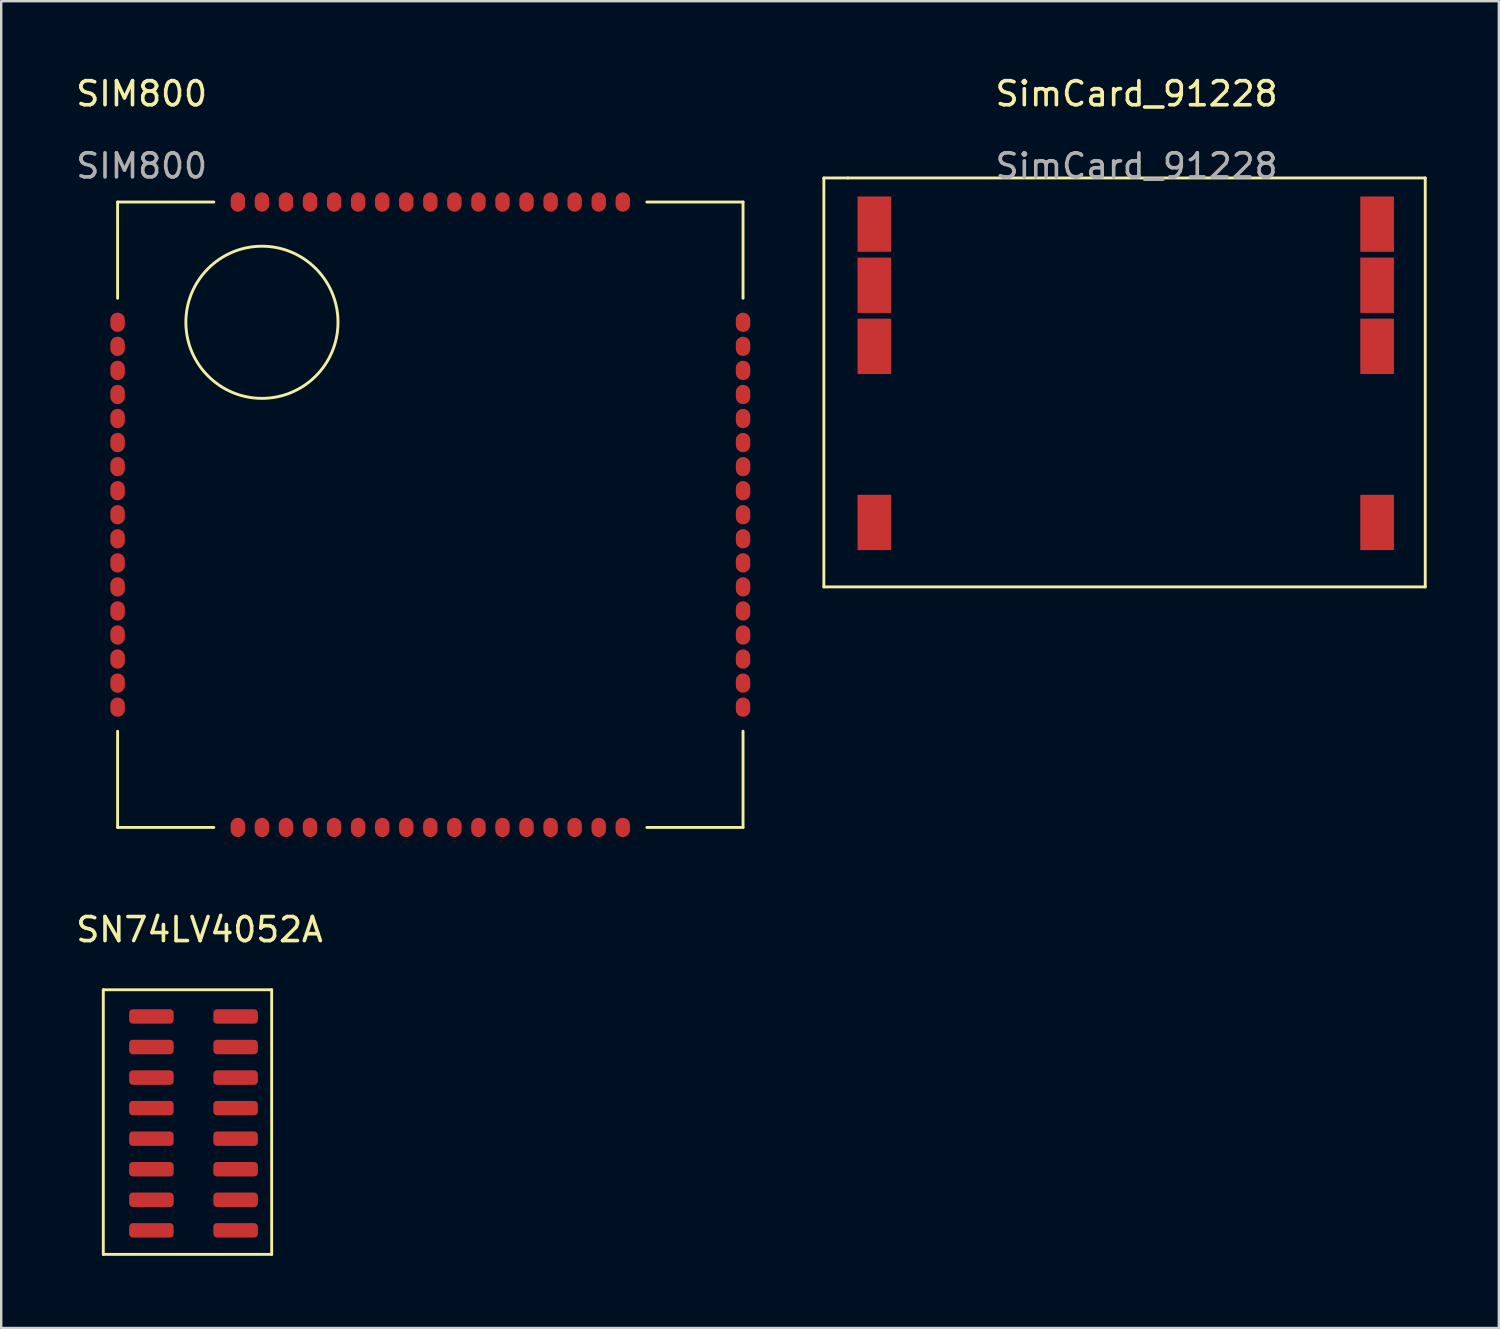
<source format=kicad_pcb>
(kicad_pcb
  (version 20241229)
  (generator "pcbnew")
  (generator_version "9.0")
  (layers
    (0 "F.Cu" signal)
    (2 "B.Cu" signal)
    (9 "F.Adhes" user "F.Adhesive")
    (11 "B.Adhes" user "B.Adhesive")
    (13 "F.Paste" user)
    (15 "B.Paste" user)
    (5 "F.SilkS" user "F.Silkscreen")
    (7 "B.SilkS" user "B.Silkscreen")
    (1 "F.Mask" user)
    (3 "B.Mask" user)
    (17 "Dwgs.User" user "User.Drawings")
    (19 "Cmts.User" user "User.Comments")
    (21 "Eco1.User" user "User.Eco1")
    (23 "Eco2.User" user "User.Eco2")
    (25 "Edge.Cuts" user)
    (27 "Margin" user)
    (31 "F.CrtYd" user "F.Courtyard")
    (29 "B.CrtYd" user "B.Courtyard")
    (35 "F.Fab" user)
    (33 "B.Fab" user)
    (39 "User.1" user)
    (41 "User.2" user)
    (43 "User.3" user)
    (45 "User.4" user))
  (footprint "SIM800"
    (layer "F.Cu")
    (at 22.759 5.348)
    (property "Reference" "SIM800" (at -19.92 -4.5 0) (unlocked yes) (layer "F.SilkS") (effects (font (size 1 1) (thickness 0.15))))
    (attr smd)
    (fp_line (start -20.92 0) (end -20.92 4) (stroke (width 0.12) (type solid)) (layer "F.SilkS"))
    (fp_line (start -20.92 22) (end -20.92 26) (stroke (width 0.12) (type solid)) (layer "F.SilkS"))
    (fp_line (start -20.92 26) (end -16.92 26) (stroke (width 0.12) (type solid)) (layer "F.SilkS"))
    (fp_line (start -16.92 0) (end -20.92 0) (stroke (width 0.12) (type solid)) (layer "F.SilkS"))
    (fp_line (start 1.08 0) (end 5.08 0) (stroke (width 0.12) (type solid)) (layer "F.SilkS"))
    (fp_line (start 5.08 0) (end 5.08 4) (stroke (width 0.12) (type solid)) (layer "F.SilkS"))
    (fp_line (start 5.08 22) (end 5.08 26) (stroke (width 0.12) (type solid)) (layer "F.SilkS"))
    (fp_line (start 5.08 26) (end 1.08 26) (stroke (width 0.12) (type solid)) (layer "F.SilkS"))
    (fp_circle (center -14.92 5) (end -11.92 6) (stroke (width 0.12) (type solid)) (fill no) (layer "F.SilkS"))
    (fp_text user "${REFERENCE}" (at -19.92 -1.5 0) (unlocked yes) (layer "F.Fab") (effects (font (size 1 1) (thickness 0.15))))
    (pad "1" smd oval (at -20.92 5) (size 0.6 0.8) (layers "F.Cu" "F.Mask" "F.Paste"))
    (pad "2" smd oval (at -20.92 6) (size 0.6 0.8) (layers "F.Cu" "F.Mask" "F.Paste"))
    (pad "3" smd oval (at -20.92 7) (size 0.6 0.8) (layers "F.Cu" "F.Mask" "F.Paste"))
    (pad "4" smd oval (at -20.92 8) (size 0.6 0.8) (layers "F.Cu" "F.Mask" "F.Paste"))
    (pad "5" smd oval (at -20.92 9) (size 0.6 0.8) (layers "F.Cu" "F.Mask" "F.Paste"))
    (pad "6" smd oval (at -20.92 10) (size 0.6 0.8) (layers "F.Cu" "F.Mask" "F.Paste"))
    (pad "7" smd oval (at -20.92 11) (size 0.6 0.8) (layers "F.Cu" "F.Mask" "F.Paste"))
    (pad "8" smd oval (at -20.92 12) (size 0.6 0.8) (layers "F.Cu" "F.Mask" "F.Paste"))
    (pad "9" smd oval (at -20.92 13) (size 0.6 0.8) (layers "F.Cu" "F.Mask" "F.Paste"))
    (pad "10" smd oval (at -20.92 14) (size 0.6 0.8) (layers "F.Cu" "F.Mask" "F.Paste"))
    (pad "11" smd oval (at -20.92 15) (size 0.6 0.8) (layers "F.Cu" "F.Mask" "F.Paste"))
    (pad "12" smd oval (at -20.92 16) (size 0.6 0.8) (layers "F.Cu" "F.Mask" "F.Paste"))
    (pad "13" smd oval (at -20.92 17) (size 0.6 0.8) (layers "F.Cu" "F.Mask" "F.Paste"))
    (pad "14" smd oval (at -20.92 18) (size 0.6 0.8) (layers "F.Cu" "F.Mask" "F.Paste"))
    (pad "15" smd oval (at -20.92 19) (size 0.6 0.8) (layers "F.Cu" "F.Mask" "F.Paste"))
    (pad "16" smd oval (at -20.92 20) (size 0.6 0.8) (layers "F.Cu" "F.Mask" "F.Paste"))
    (pad "17" smd oval (at -20.92 21) (size 0.6 0.8) (layers "F.Cu" "F.Mask" "F.Paste"))
    (pad "18" smd oval (at -15.92 26) (size 0.6 0.8) (layers "F.Cu" "F.Mask" "F.Paste"))
    (pad "19" smd oval (at -14.92 26) (size 0.6 0.8) (layers "F.Cu" "F.Mask" "F.Paste"))
    (pad "20" smd oval (at -13.92 26) (size 0.6 0.8) (layers "F.Cu" "F.Mask" "F.Paste"))
    (pad "21" smd oval (at -12.92 26) (size 0.6 0.8) (layers "F.Cu" "F.Mask" "F.Paste"))
    (pad "22" smd oval (at -11.92 26) (size 0.6 0.8) (layers "F.Cu" "F.Mask" "F.Paste"))
    (pad "23" smd oval (at -10.92 26) (size 0.6 0.8) (layers "F.Cu" "F.Mask" "F.Paste"))
    (pad "24" smd oval (at -9.92 26) (size 0.6 0.8) (layers "F.Cu" "F.Mask" "F.Paste"))
    (pad "25" smd oval (at -8.92 26) (size 0.6 0.8) (layers "F.Cu" "F.Mask" "F.Paste"))
    (pad "26" smd oval (at -7.92 26) (size 0.6 0.8) (layers "F.Cu" "F.Mask" "F.Paste"))
    (pad "27" smd oval (at -6.92 26) (size 0.6 0.8) (layers "F.Cu" "F.Mask" "F.Paste"))
    (pad "28" smd oval (at -5.92 26) (size 0.6 0.8) (layers "F.Cu" "F.Mask" "F.Paste"))
    (pad "29" smd oval (at -4.92 26) (size 0.6 0.8) (layers "F.Cu" "F.Mask" "F.Paste"))
    (pad "30" smd oval (at -3.92 26) (size 0.6 0.8) (layers "F.Cu" "F.Mask" "F.Paste"))
    (pad "31" smd oval (at -2.92 26) (size 0.6 0.8) (layers "F.Cu" "F.Mask" "F.Paste"))
    (pad "32" smd oval (at -1.92 26) (size 0.6 0.8) (layers "F.Cu" "F.Mask" "F.Paste"))
    (pad "33" smd oval (at -0.92 26) (size 0.6 0.8) (layers "F.Cu" "F.Mask" "F.Paste"))
    (pad "34" smd oval (at 0.08 26) (size 0.6 0.8) (layers "F.Cu" "F.Mask" "F.Paste"))
    (pad "35" smd oval (at 5.08 21) (size 0.6 0.8) (layers "F.Cu" "F.Mask" "F.Paste"))
    (pad "36" smd oval (at 5.08 20) (size 0.6 0.8) (layers "F.Cu" "F.Mask" "F.Paste"))
    (pad "37" smd oval (at 5.08 19) (size 0.6 0.8) (layers "F.Cu" "F.Mask" "F.Paste"))
    (pad "38" smd oval (at 5.08 18) (size 0.6 0.8) (layers "F.Cu" "F.Mask" "F.Paste"))
    (pad "39" smd oval (at 5.08 17) (size 0.6 0.8) (layers "F.Cu" "F.Mask" "F.Paste"))
    (pad "40" smd oval (at 5.08 16) (size 0.6 0.8) (layers "F.Cu" "F.Mask" "F.Paste"))
    (pad "41" smd oval (at 5.08 15) (size 0.6 0.8) (layers "F.Cu" "F.Mask" "F.Paste"))
    (pad "42" smd oval (at 5.08 14) (size 0.6 0.8) (layers "F.Cu" "F.Mask" "F.Paste"))
    (pad "43" smd oval (at 5.08 13) (size 0.6 0.8) (layers "F.Cu" "F.Mask" "F.Paste"))
    (pad "44" smd oval (at 5.08 12) (size 0.6 0.8) (layers "F.Cu" "F.Mask" "F.Paste"))
    (pad "45" smd oval (at 5.08 11) (size 0.6 0.8) (layers "F.Cu" "F.Mask" "F.Paste"))
    (pad "46" smd oval (at 5.08 10) (size 0.6 0.8) (layers "F.Cu" "F.Mask" "F.Paste" "Eco1.User"))
    (pad "47" smd oval (at 5.08 9) (size 0.6 0.8) (layers "F.Cu" "F.Mask" "F.Paste"))
    (pad "48" smd oval (at 5.08 8) (size 0.6 0.8) (layers "F.Cu" "F.Mask" "F.Paste"))
    (pad "49" smd oval (at 5.08 7) (size 0.6 0.8) (layers "F.Cu" "F.Mask" "F.Paste"))
    (pad "50" smd oval (at 5.08 6) (size 0.6 0.8) (layers "F.Cu" "F.Mask" "F.Paste"))
    (pad "51" smd oval (at 5.08 5) (size 0.6 0.8) (layers "F.Cu" "F.Mask" "F.Paste"))
    (pad "52" smd oval (at 0.08 0) (size 0.6 0.8) (layers "F.Cu" "F.Mask" "F.Paste"))
    (pad "53" smd oval (at -0.92 0) (size 0.6 0.8) (layers "F.Cu" "F.Mask" "F.Paste"))
    (pad "54" smd oval (at -1.92 0) (size 0.6 0.8) (layers "F.Cu" "F.Mask" "F.Paste"))
    (pad "55" smd oval (at -2.92 0) (size 0.6 0.8) (layers "F.Cu" "F.Mask" "F.Paste"))
    (pad "56" smd oval (at -3.92 0) (size 0.6 0.8) (layers "F.Cu" "F.Mask" "F.Paste"))
    (pad "57" smd oval (at -4.92 0) (size 0.6 0.8) (layers "F.Cu" "F.Mask" "F.Paste"))
    (pad "58" smd oval (at -5.92 0) (size 0.6 0.8) (layers "F.Cu" "F.Mask" "F.Paste"))
    (pad "59" smd oval (at -6.92 0) (size 0.6 0.8) (layers "F.Cu" "F.Mask" "F.Paste"))
    (pad "60" smd oval (at -7.92 0) (size 0.6 0.8) (layers "F.Cu" "F.Mask" "F.Paste"))
    (pad "61" smd oval (at -8.92 0) (size 0.6 0.8) (layers "F.Cu" "F.Mask" "F.Paste"))
    (pad "62" smd oval (at -9.92 0) (size 0.6 0.8) (layers "F.Cu" "F.Mask" "F.Paste"))
    (pad "63" smd oval (at -10.92 0) (size 0.6 0.8) (layers "F.Cu" "F.Mask" "F.Paste"))
    (pad "64" smd oval (at -11.92 0) (size 0.6 0.8) (layers "F.Cu" "F.Mask" "F.Paste"))
    (pad "65" smd oval (at -12.92 0) (size 0.6 0.8) (layers "F.Cu" "F.Mask" "F.Paste"))
    (pad "66" smd oval (at -13.92 0) (size 0.6 0.8) (layers "F.Cu" "F.Mask" "F.Paste"))
    (pad "67" smd oval (at -14.92 0) (size 0.6 0.8) (layers "F.Cu" "F.Mask" "F.Paste"))
    (pad "68" smd oval (at -15.92 0) (size 0.6 0.8) (layers "F.Cu" "F.Mask" "F.Paste")))
  (footprint "SN74LV4052A"
    (layer "F.Cu")
    (at 3.244 48.096)
    (property "Reference" "SN74LV4052A" (at 2 -12.5 0) (unlocked yes) (layer "F.SilkS") (effects (font (size 1 1) (thickness 0.15))))
    (attr smd)
    (fp_line (start -2 -10) (end 5 -10) (stroke (width 0.12) (type solid)) (layer "F.SilkS"))
    (fp_line (start -2 1) (end -2 -10) (stroke (width 0.12) (type solid)) (layer "F.SilkS"))
    (fp_line (start 5 -10) (end 5 1) (stroke (width 0.12) (type solid)) (layer "F.SilkS"))
    (fp_line (start 5 1) (end -2 1) (stroke (width 0.12) (type solid)) (layer "F.SilkS"))
    (pad "1" smd roundrect (at 0 0) (size 1.85 0.6) (layers "F.Cu" "F.Mask" "F.Paste") (roundrect_rratio 0.25))
    (pad "2" smd roundrect (at 0 -1.27) (size 1.85 0.6) (layers "F.Cu" "F.Mask" "F.Paste") (roundrect_rratio 0.25))
    (pad "3" smd roundrect (at 0 -2.54) (size 1.85 0.6) (layers "F.Cu" "F.Mask" "F.Paste") (roundrect_rratio 0.25))
    (pad "4" smd roundrect (at 0 -3.81) (size 1.85 0.6) (layers "F.Cu" "F.Mask" "F.Paste") (roundrect_rratio 0.25))
    (pad "5" smd roundrect (at 0 -5.08) (size 1.85 0.6) (layers "F.Cu" "F.Mask" "F.Paste") (roundrect_rratio 0.25))
    (pad "6" smd roundrect (at 0 -6.35) (size 1.85 0.6) (layers "F.Cu" "F.Mask" "F.Paste") (roundrect_rratio 0.25))
    (pad "7" smd roundrect (at 0 -7.62) (size 1.85 0.6) (layers "F.Cu" "F.Mask" "F.Paste") (roundrect_rratio 0.25))
    (pad "8" smd roundrect (at 0 -8.89) (size 1.85 0.6) (layers "F.Cu" "F.Mask" "F.Paste") (roundrect_rratio 0.25))
    (pad "9" smd roundrect (at 3.5 0) (size 1.85 0.6) (layers "F.Cu" "F.Mask" "F.Paste") (roundrect_rratio 0.25))
    (pad "10" smd roundrect (at 3.5 -1.27) (size 1.85 0.6) (layers "F.Cu" "F.Mask" "F.Paste") (roundrect_rratio 0.25))
    (pad "11" smd roundrect (at 3.5 -2.54) (size 1.85 0.6) (layers "F.Cu" "F.Mask" "F.Paste") (roundrect_rratio 0.25))
    (pad "12" smd roundrect (at 3.5 -3.81) (size 1.85 0.6) (layers "F.Cu" "F.Mask" "F.Paste") (roundrect_rratio 0.25))
    (pad "13" smd roundrect (at 3.5 -5.08) (size 1.85 0.6) (layers "F.Cu" "F.Mask" "F.Paste") (roundrect_rratio 0.25))
    (pad "14" smd roundrect (at 3.5 -6.35) (size 1.85 0.6) (layers "F.Cu" "F.Mask" "F.Paste") (roundrect_rratio 0.25))
    (pad "15" smd roundrect (at 3.5 -7.62) (size 1.85 0.6) (layers "F.Cu" "F.Mask" "F.Paste") (roundrect_rratio 0.25))
    (pad "16" smd roundrect (at 3.5 -8.89) (size 1.85 0.6) (layers "F.Cu" "F.Mask" "F.Paste") (roundrect_rratio 0.25)))
  (footprint "SimCard_91228"
    (layer "F.Cu")
    (at 33.299 6.268)
    (property "Reference" "SimCard_91228" (at 10.9 -5.42 0) (unlocked yes) (layer "F.SilkS") (effects (font (size 1 1) (thickness 0.15))))
    (attr smd)
    (fp_line (start -2.1 -1.92) (end -1.1 -1.92) (stroke (width 0.12) (type solid)) (layer "F.SilkS"))
    (fp_line (start -2.1 15.08) (end -2.1 -1.92) (stroke (width 0.12) (type solid)) (layer "F.SilkS"))
    (fp_line (start -1.1 -1.92) (end 22.9 -1.92) (stroke (width 0.12) (type solid)) (layer "F.SilkS"))
    (fp_line (start 22.9 -1.92) (end 22.9 15.08) (stroke (width 0.12) (type solid)) (layer "F.SilkS"))
    (fp_line (start 22.9 15.08) (end -2.1 15.08) (stroke (width 0.12) (type solid)) (layer "F.SilkS"))
    (fp_text user "${REFERENCE}" (at 10.9 -2.42 0) (unlocked yes) (layer "F.Fab") (effects (font (size 1 1) (thickness 0.15))))
    (pad "1" smd rect (at -0.000007 -0.000004) (size 1.4 2.3) (layers "F.Cu" "F.Mask" "F.Paste"))
    (pad "2" smd rect (at 20.9 -0.000004) (size 1.4 2.3) (layers "F.Cu" "F.Mask" "F.Paste"))
    (pad "3" smd rect (at -0.000007 2.54) (size 1.4 2.3) (layers "F.Cu" "F.Mask" "F.Paste"))
    (pad "4" smd rect (at 20.9 2.54) (size 1.4 2.3) (layers "F.Cu" "F.Mask" "F.Paste"))
    (pad "5" smd rect (at -0.000007 5.08) (size 1.4 2.3) (layers "F.Cu" "F.Mask" "F.Paste"))
    (pad "6" smd rect (at 20.9 5.08) (size 1.4 2.3) (layers "F.Cu" "F.Mask" "F.Paste"))
    (pad "7" smd rect (at -0.000007 12.4) (size 1.4 2.3) (layers "F.Cu" "F.Mask" "F.Paste"))
    (pad "8" smd rect (at 20.9 12.4) (size 1.4 2.3) (layers "F.Cu" "F.Mask" "F.Paste")))
  (gr_rect
    (start -3 -3)
    (end 59.259 52.157)
    (stroke (width 0.1) (type default))
    (fill no)
    (layer "Edge.Cuts")))
</source>
